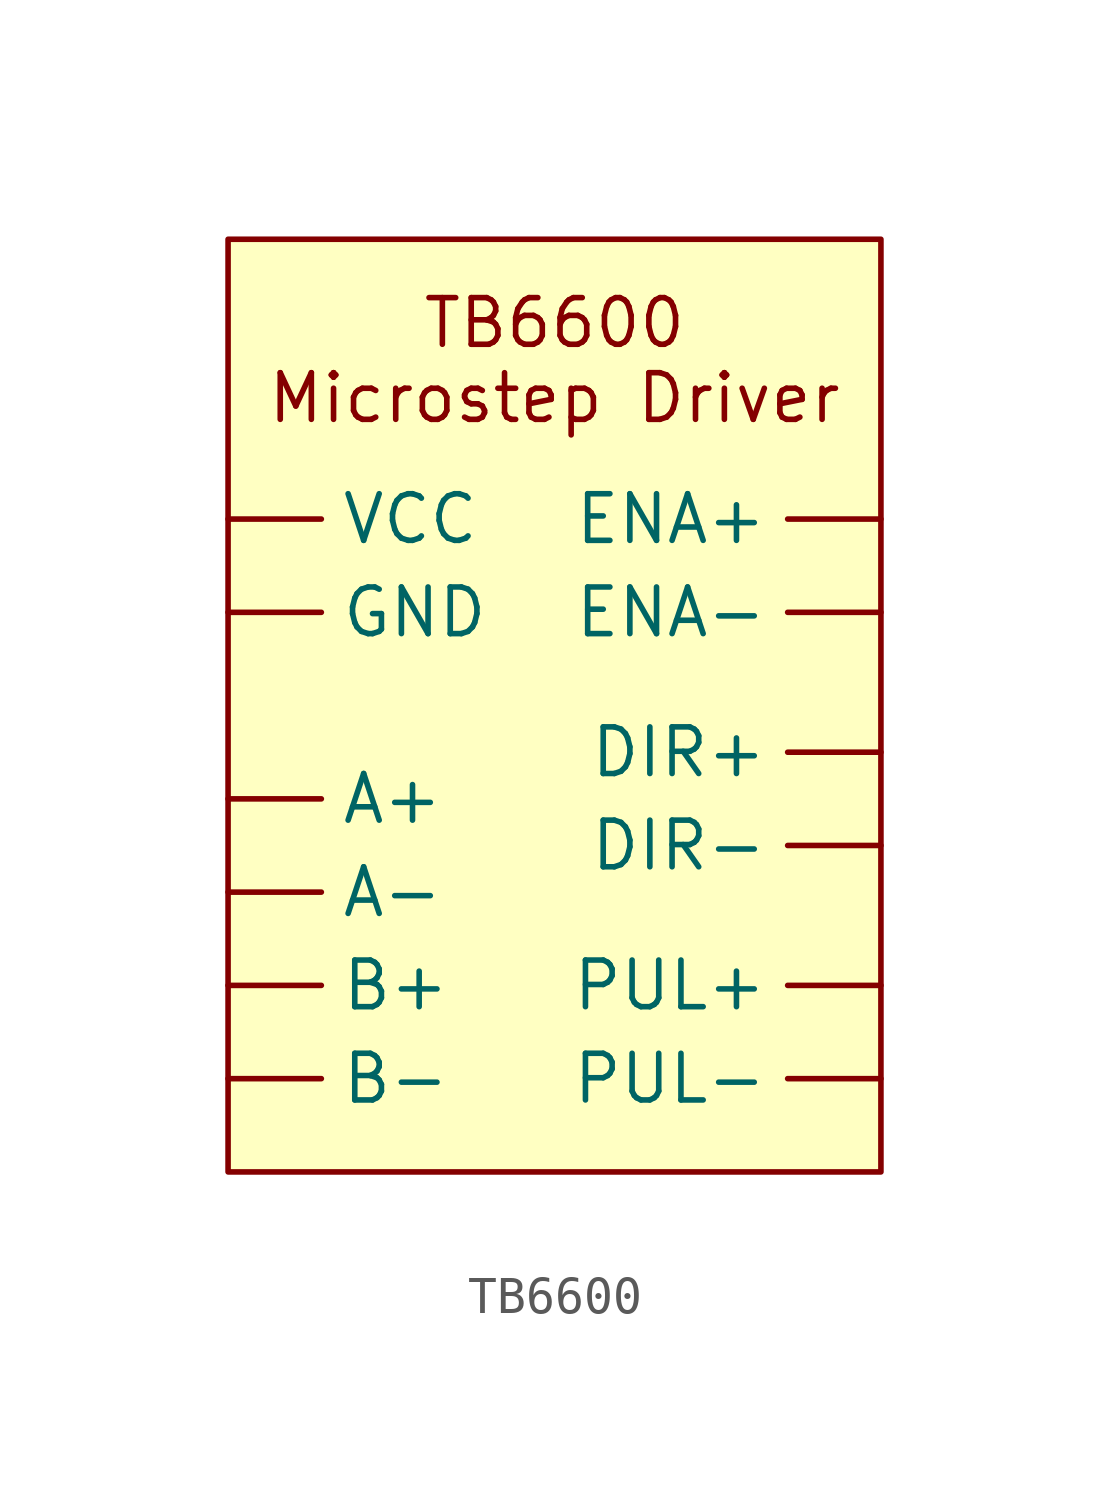
<source format=kicad_sym>
(kicad_symbol_lib
  (version 20241209)
  (generator "kicad_symbol_editor")
  (generator_version "9.0")
  (symbol "TB6600"
    (property "Reference" "U"
      (at -2.54 0 0)
      (effects (font (size 1.27 1.27)) (hide yes)))
    (property "Value" ""
      (at 0 0 0)
      (effects (font (size 1.27 1.27))))
    (symbol "TB6600_1_1"
      (rectangle (start -8.89 17.78) (end 8.89 -7.62) (stroke (width 0) (type solid)) (fill (type color) (color 255 255 194 1)))
      (text "TB6600\nMicrostep Driver\n" (at 0 14.478 0) (effects (font (size 1.27 1.27))))
      (pin power_in line (at -8.89 10.16 0) (length 2.54) (name "VCC" (effects (font (size 1.27 1.27)))) (number "" (effects (font (size 1.27 1.27)))))
      (pin power_in line (at -8.89 7.62 0) (length 2.54) (name "GND" (effects (font (size 1.27 1.27)))) (number "" (effects (font (size 1.27 1.27)))))
      (pin output line (at -8.89 2.54 0) (length 2.54) (name "A+" (effects (font (size 1.27 1.27)))) (number "" (effects (font (size 1.27 1.27)))))
      (pin input line (at -8.89 0 0) (length 2.54) (name "A-" (effects (font (size 1.27 1.27)))) (number "" (effects (font (size 1.27 1.27)))))
      (pin output line (at -8.89 -2.54 0) (length 2.54) (name "B+" (effects (font (size 1.27 1.27)))) (number "" (effects (font (size 1.27 1.27)))))
      (pin input line (at -8.89 -5.08 0) (length 2.54) (name "B-" (effects (font (size 1.27 1.27)))) (number "" (effects (font (size 1.27 1.27)))))
      (pin output line (at 8.89 10.16 180) (length 2.54) (name "ENA+" (effects (font (size 1.27 1.27)))) (number "" (effects (font (size 1.27 1.27)))))
      (pin input line (at 8.89 7.62 180) (length 2.54) (name "ENA-" (effects (font (size 1.27 1.27)))) (number "" (effects (font (size 1.27 1.27)))))
      (pin output line (at 8.89 3.81 180) (length 2.54) (name "DIR+" (effects (font (size 1.27 1.27)))) (number "" (effects (font (size 1.27 1.27)))))
      (pin input line (at 8.89 1.27 180) (length 2.54) (name "DIR-" (effects (font (size 1.27 1.27)))) (number "" (effects (font (size 1.27 1.27)))))
      (pin output line (at 8.89 -2.54 180) (length 2.54) (name "PUL+" (effects (font (size 1.27 1.27)))) (number "" (effects (font (size 1.27 1.27)))))
      (pin input line (at 8.89 -5.08 180) (length 2.54) (name "PUL-" (effects (font (size 1.27 1.27)))) (number "" (effects (font (size 1.27 1.27))))))))
</source>
